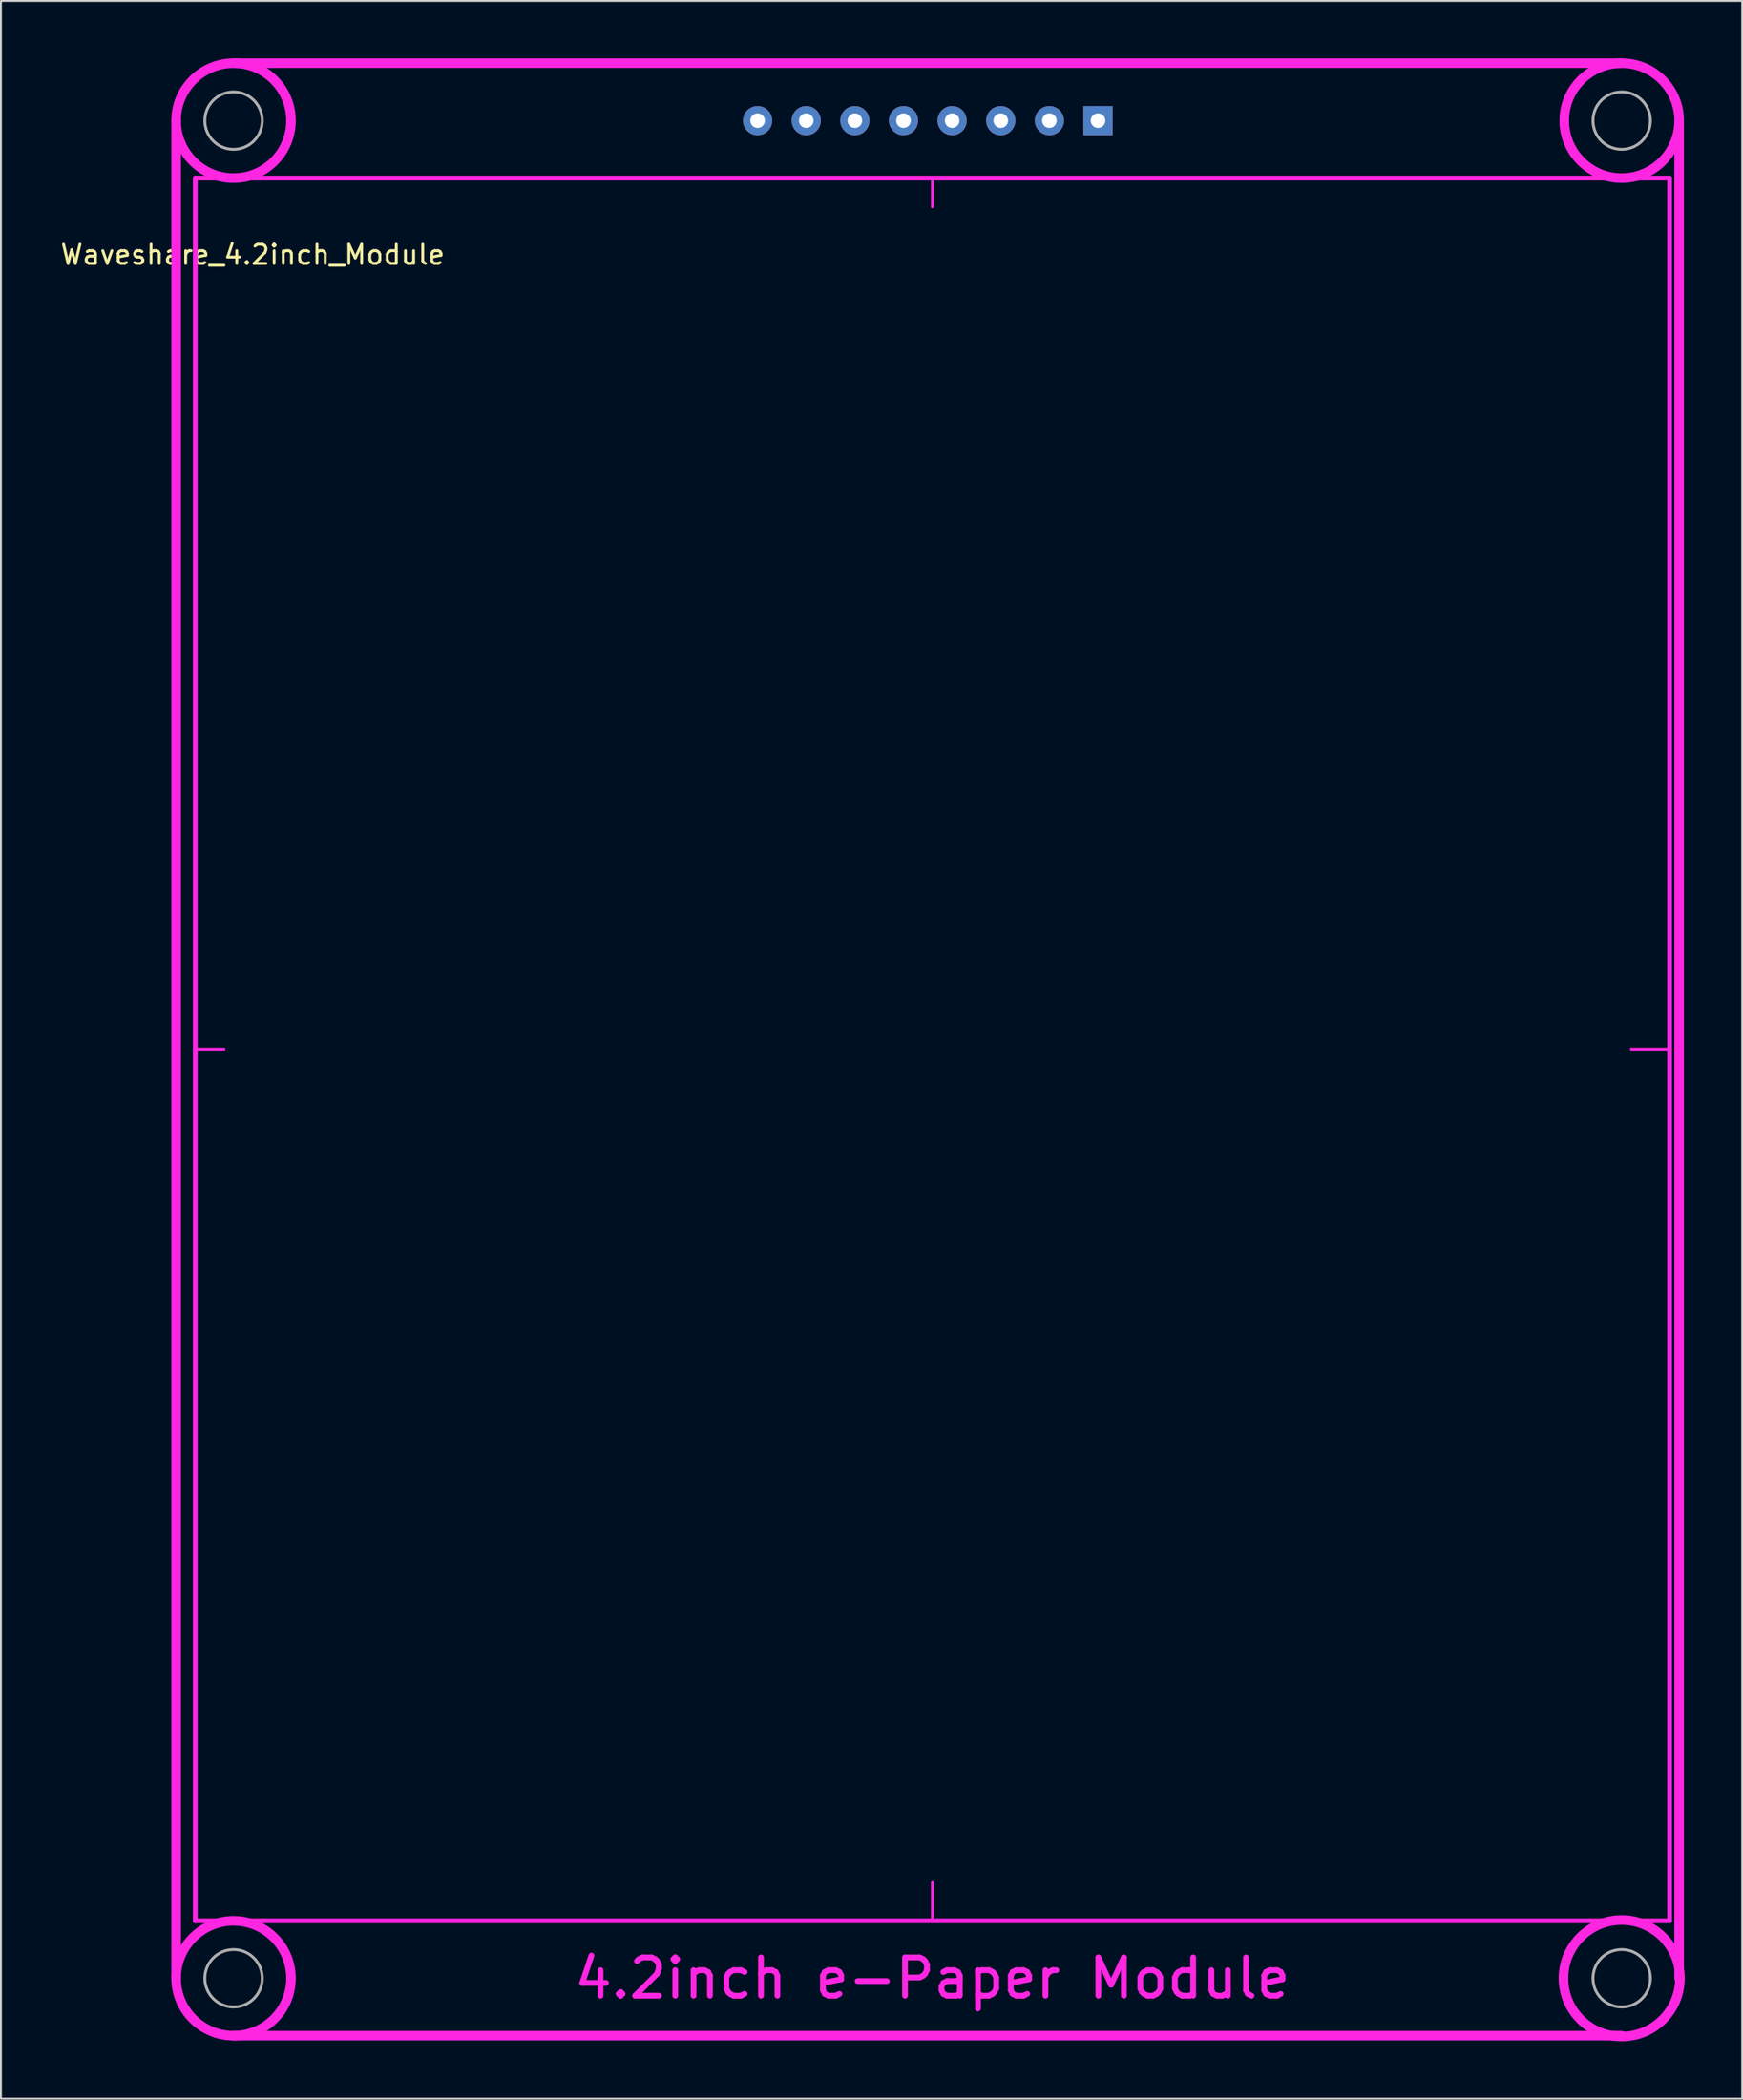
<source format=kicad_pcb>
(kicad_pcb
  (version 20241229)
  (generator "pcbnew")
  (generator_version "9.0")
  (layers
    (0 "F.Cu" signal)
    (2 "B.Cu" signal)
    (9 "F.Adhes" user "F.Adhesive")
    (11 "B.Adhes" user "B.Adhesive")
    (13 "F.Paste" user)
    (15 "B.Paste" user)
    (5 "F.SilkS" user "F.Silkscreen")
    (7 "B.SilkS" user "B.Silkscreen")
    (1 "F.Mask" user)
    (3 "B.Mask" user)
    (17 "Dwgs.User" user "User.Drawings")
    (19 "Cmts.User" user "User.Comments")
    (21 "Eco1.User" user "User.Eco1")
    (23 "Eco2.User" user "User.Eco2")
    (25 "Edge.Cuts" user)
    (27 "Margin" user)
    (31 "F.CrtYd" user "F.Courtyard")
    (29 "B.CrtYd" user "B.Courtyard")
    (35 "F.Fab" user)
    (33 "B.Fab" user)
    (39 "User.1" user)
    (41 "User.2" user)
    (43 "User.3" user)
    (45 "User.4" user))
  (footprint "Waveshare_4.2inch_Module"
    (layer "F.Cu")
    (at 45.649 51.75)
    (property "Reference" "Waveshare_4.2inch_Module" (at -35.5 -41.5 0) (layer "F.SilkS") (effects (font (size 1 1) (thickness 0.15))))
    (attr through_hole)
    (fp_line (start -39.5 48.5) (end -39.5 -48.5) (stroke (width 0.5) (type solid)) (layer "F.CrtYd"))
    (fp_line (start -38.5 -45.5) (end -38.5 45.5) (stroke (width 0.25) (type solid)) (layer "F.CrtYd"))
    (fp_line (start -38.5 0) (end -37 0) (stroke (width 0.15) (type solid)) (layer "F.CrtYd"))
    (fp_line (start -38.5 45.5) (end 38.5 45.5) (stroke (width 0.25) (type solid)) (layer "F.CrtYd"))
    (fp_line (start -36.5 -51.5) (end 36 -51.5) (stroke (width 0.5) (type solid)) (layer "F.CrtYd"))
    (fp_line (start -36.5 51.5) (end 36 51.5) (stroke (width 0.5) (type solid)) (layer "F.CrtYd"))
    (fp_line (start 0 -45.5) (end 0 -44) (stroke (width 0.15) (type solid)) (layer "F.CrtYd"))
    (fp_line (start 0 45.5) (end 0 43.5) (stroke (width 0.15) (type solid)) (layer "F.CrtYd"))
    (fp_line (start 38.5 -45.5) (end -38.5 -45.5) (stroke (width 0.25) (type solid)) (layer "F.CrtYd"))
    (fp_line (start 38.5 0) (end 36.5 0) (stroke (width 0.15) (type solid)) (layer "F.CrtYd"))
    (fp_line (start 38.5 45.5) (end 38.5 -45.5) (stroke (width 0.25) (type solid)) (layer "F.CrtYd"))
    (fp_line (start 39 -48.5) (end 39 48.5) (stroke (width 0.5) (type solid)) (layer "F.CrtYd"))
    (fp_circle (center -36.5 -48.5) (end -36.5 -45.5) (stroke (width 0.5) (type solid)) (fill no) (layer "F.CrtYd"))
    (fp_circle (center -36.5 48.5) (end -36.5 45.5) (stroke (width 0.5) (type solid)) (fill no) (layer "F.CrtYd"))
    (fp_circle (center 36 -48.5) (end 39 -48.5) (stroke (width 0.5) (type solid)) (fill no) (layer "F.CrtYd"))
    (fp_circle (center 36 48.5) (end 36.5 45.5) (stroke (width 0.5) (type solid)) (fill no) (layer "F.CrtYd"))
    (fp_circle (center -36.5 -48.5) (end -35 -48.5) (stroke (width 0.15) (type solid)) (fill no) (layer "F.Fab"))
    (fp_circle (center -36.5 48.5) (end -35 48.5) (stroke (width 0.15) (type solid)) (fill no) (layer "F.Fab"))
    (fp_circle (center 36 -48.5) (end 37.5 -48.5) (stroke (width 0.15) (type solid)) (fill no) (layer "F.Fab"))
    (fp_circle (center 36 48.5) (end 37.5 48.5) (stroke (width 0.15) (type solid)) (fill no) (layer "F.Fab"))
    (fp_text user "4.2inch e-Paper Module" (at 0 48.5 0) (layer "F.CrtYd") (effects (font (size 2 2) (thickness 0.3))))
    (pad "1" thru_hole rect (at 8.65 -48.5) (size 1.524 1.524) (drill 0.762) (layers "*.Cu" "*.Mask"))
    (pad "2" thru_hole circle (at 6.11 -48.5) (size 1.524 1.524) (drill 0.762) (layers "*.Cu" "*.Mask"))
    (pad "3" thru_hole circle (at 3.57 -48.5) (size 1.524 1.524) (drill 0.762) (layers "*.Cu" "*.Mask"))
    (pad "4" thru_hole circle (at 1.03 -48.5) (size 1.524 1.524) (drill 0.762) (layers "*.Cu" "*.Mask"))
    (pad "5" thru_hole circle (at -1.51 -48.5) (size 1.524 1.524) (drill 0.762) (layers "*.Cu" "*.Mask"))
    (pad "6" thru_hole circle (at -4.05 -48.5) (size 1.524 1.524) (drill 0.762) (layers "*.Cu" "*.Mask"))
    (pad "7" thru_hole circle (at -6.59 -48.5) (size 1.524 1.524) (drill 0.762) (layers "*.Cu" "*.Mask"))
    (pad "8" thru_hole circle (at -9.13 -48.5) (size 1.524 1.524) (drill 0.762) (layers "*.Cu" "*.Mask")))
  (gr_rect
    (start -3 -3)
    (end 87.94 106.541)
    (stroke (width 0.1) (type default))
    (fill no)
    (layer "Edge.Cuts")))
</source>
